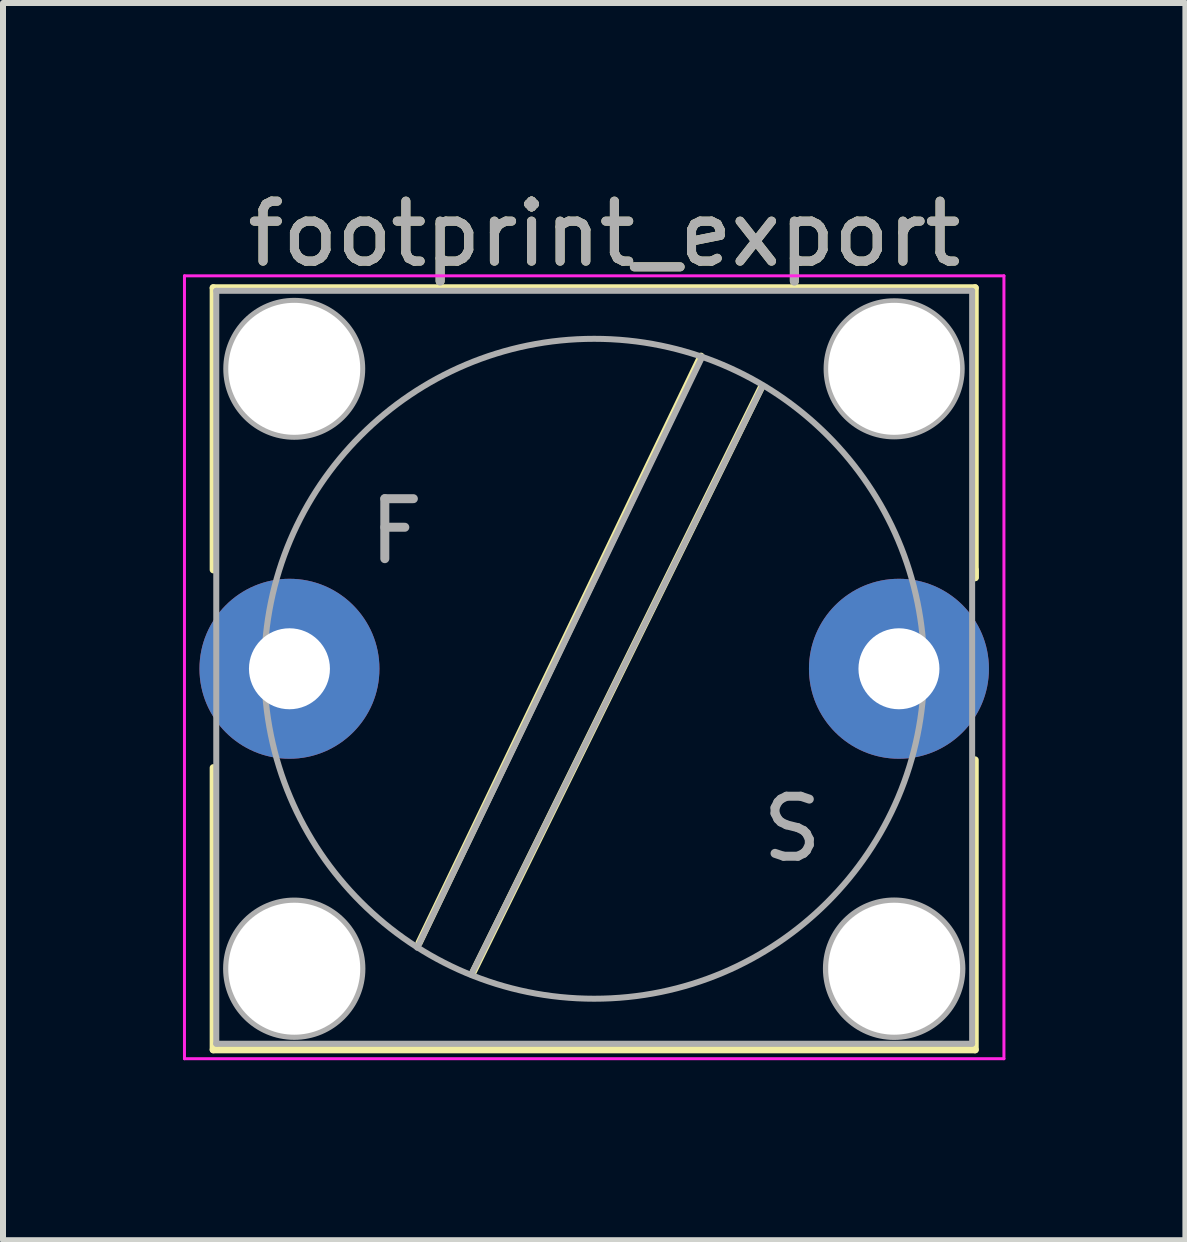
<source format=kicad_pcb>
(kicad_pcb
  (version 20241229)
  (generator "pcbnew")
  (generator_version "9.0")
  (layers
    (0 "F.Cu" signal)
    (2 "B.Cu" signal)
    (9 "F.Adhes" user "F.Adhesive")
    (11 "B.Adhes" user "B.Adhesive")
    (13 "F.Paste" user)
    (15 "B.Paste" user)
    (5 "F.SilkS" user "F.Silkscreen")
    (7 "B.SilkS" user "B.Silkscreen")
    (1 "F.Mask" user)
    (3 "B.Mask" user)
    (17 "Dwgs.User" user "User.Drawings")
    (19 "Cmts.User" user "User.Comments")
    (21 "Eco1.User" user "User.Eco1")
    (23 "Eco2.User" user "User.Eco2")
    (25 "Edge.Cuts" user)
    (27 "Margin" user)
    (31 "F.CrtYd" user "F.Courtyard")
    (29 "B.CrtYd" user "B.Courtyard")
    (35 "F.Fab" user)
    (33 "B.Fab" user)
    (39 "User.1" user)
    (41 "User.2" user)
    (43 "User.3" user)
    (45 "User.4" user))
  (footprint "footprint_export"
    (layer "F.Cu")
    (at 1.775 8.098)
    (property "Reference" "footprint_export" (at 5.25 -7.25 0) (layer "F.SilkS") (effects (font (size 1 1) (thickness 0.15))))
    (attr through_hole)
    (fp_line (start -1.27 -6.35) (end -1.27 -1.65) (stroke (width 0.12) (type solid)) (layer "F.SilkS"))
    (fp_line (start -1.27 6.35) (end -1.27 1.65) (stroke (width 0.12) (type solid)) (layer "F.SilkS"))
    (fp_line (start -1.27 6.35) (end 11.43 6.35) (stroke (width 0.12) (type solid)) (layer "F.SilkS"))
    (fp_line (start 6.86 -5.21) (end 2.16 4.57) (stroke (width 0.12) (type solid)) (layer "F.SilkS"))
    (fp_line (start 7.87 -4.7) (end 3.05 5.08) (stroke (width 0.12) (type solid)) (layer "F.SilkS"))
    (fp_line (start 11.43 -6.35) (end -1.27 -6.35) (stroke (width 0.12) (type solid)) (layer "F.SilkS"))
    (fp_line (start 11.43 -6.35) (end 11.43 -1.52) (stroke (width 0.12) (type solid)) (layer "F.SilkS"))
    (fp_line (start 11.43 -1.52) (end 11.43 -1.65) (stroke (width 0.12) (type solid)) (layer "F.SilkS"))
    (fp_line (start 11.43 6.35) (end 11.43 1.52) (stroke (width 0.12) (type solid)) (layer "F.SilkS"))
    (fp_line (start -1.75 -6.55) (end -1.75 6.5) (stroke (width 0.05) (type solid)) (layer "F.CrtYd"))
    (fp_line (start -1.75 -6.55) (end 11.91 -6.55) (stroke (width 0.05) (type solid)) (layer "F.CrtYd"))
    (fp_line (start 11.91 6.5) (end -1.75 6.5) (stroke (width 0.05) (type solid)) (layer "F.CrtYd"))
    (fp_line (start 11.91 6.5) (end 11.91 -6.55) (stroke (width 0.05) (type solid)) (layer "F.CrtYd"))
    (fp_line (start -1.22 -6.3) (end -1.22 6.25) (stroke (width 0.1) (type solid)) (layer "F.Fab"))
    (fp_line (start -1.22 6.25) (end 11.38 6.25) (stroke (width 0.1) (type solid)) (layer "F.Fab"))
    (fp_line (start 3.03 5.1) (end 7.88 -4.7) (stroke (width 0.1) (type solid)) (layer "F.Fab"))
    (fp_line (start 6.88 -5.2) (end 2.13 4.65) (stroke (width 0.1) (type solid)) (layer "F.Fab"))
    (fp_line (start 11.38 -6.3) (end -1.22 -6.3) (stroke (width 0.1) (type solid)) (layer "F.Fab"))
    (fp_line (start 11.38 6.25) (end 11.38 -6.3) (stroke (width 0.1) (type solid)) (layer "F.Fab"))
    (fp_circle (center 0.08 -5) (end 0.48 -3.94) (stroke (width 0.1) (type solid)) (fill no) (layer "F.Fab"))
    (fp_circle (center 0.08 5) (end 0.58 6.02) (stroke (width 0.1) (type solid)) (fill no) (layer "F.Fab"))
    (fp_circle (center 5.08 0) (end 5.13 5.5) (stroke (width 0.1) (type solid)) (fill no) (layer "F.Fab"))
    (fp_circle (center 10.08 -5) (end 10.46 -3.94) (stroke (width 0.1) (type solid)) (fill no) (layer "F.Fab"))
    (fp_circle (center 10.08 5) (end 10.64 5.99) (stroke (width 0.1) (type solid)) (fill no) (layer "F.Fab"))
    (fp_text user "F" (at 1.78 -2.29 0) (layer "F.Fab") (effects (font (size 1 1) (thickness 0.15))))
    (fp_text user "S" (at 8.38 2.67 0) (layer "F.Fab") (effects (font (size 1 1) (thickness 0.15))))
    (fp_text user "${REFERENCE}" (at 5.25 -7.25 0) (layer "F.Fab") (effects (font (size 1 1) (thickness 0.15))))
    (pad "" np_thru_hole circle (at 0.08 -5) (size 2.2 2.2) (drill 2.2) (layers "*.Cu" "*.Mask"))
    (pad "" np_thru_hole circle (at 0.08 5) (size 2.2 2.2) (drill 2.2) (layers "*.Cu" "*.Mask"))
    (pad "" np_thru_hole circle (at 10.08 -5) (size 2.2 2.2) (drill 2.2) (layers "*.Cu" "*.Mask"))
    (pad "" np_thru_hole circle (at 10.08 5) (size 2.2 2.2) (drill 2.2) (layers "*.Cu" "*.Mask"))
    (pad "1" thru_hole circle (at 0 0) (size 3 3) (drill 1.35) (layers "*.Cu" "*.Mask"))
    (pad "2" thru_hole circle (at 10.16 0) (size 3 3) (drill 1.35) (layers "*.Cu" "*.Mask")))
  (gr_rect
    (start -3 -3)
    (end 16.71 17.623)
    (stroke (width 0.1) (type default))
    (fill no)
    (layer "Edge.Cuts")))
</source>
